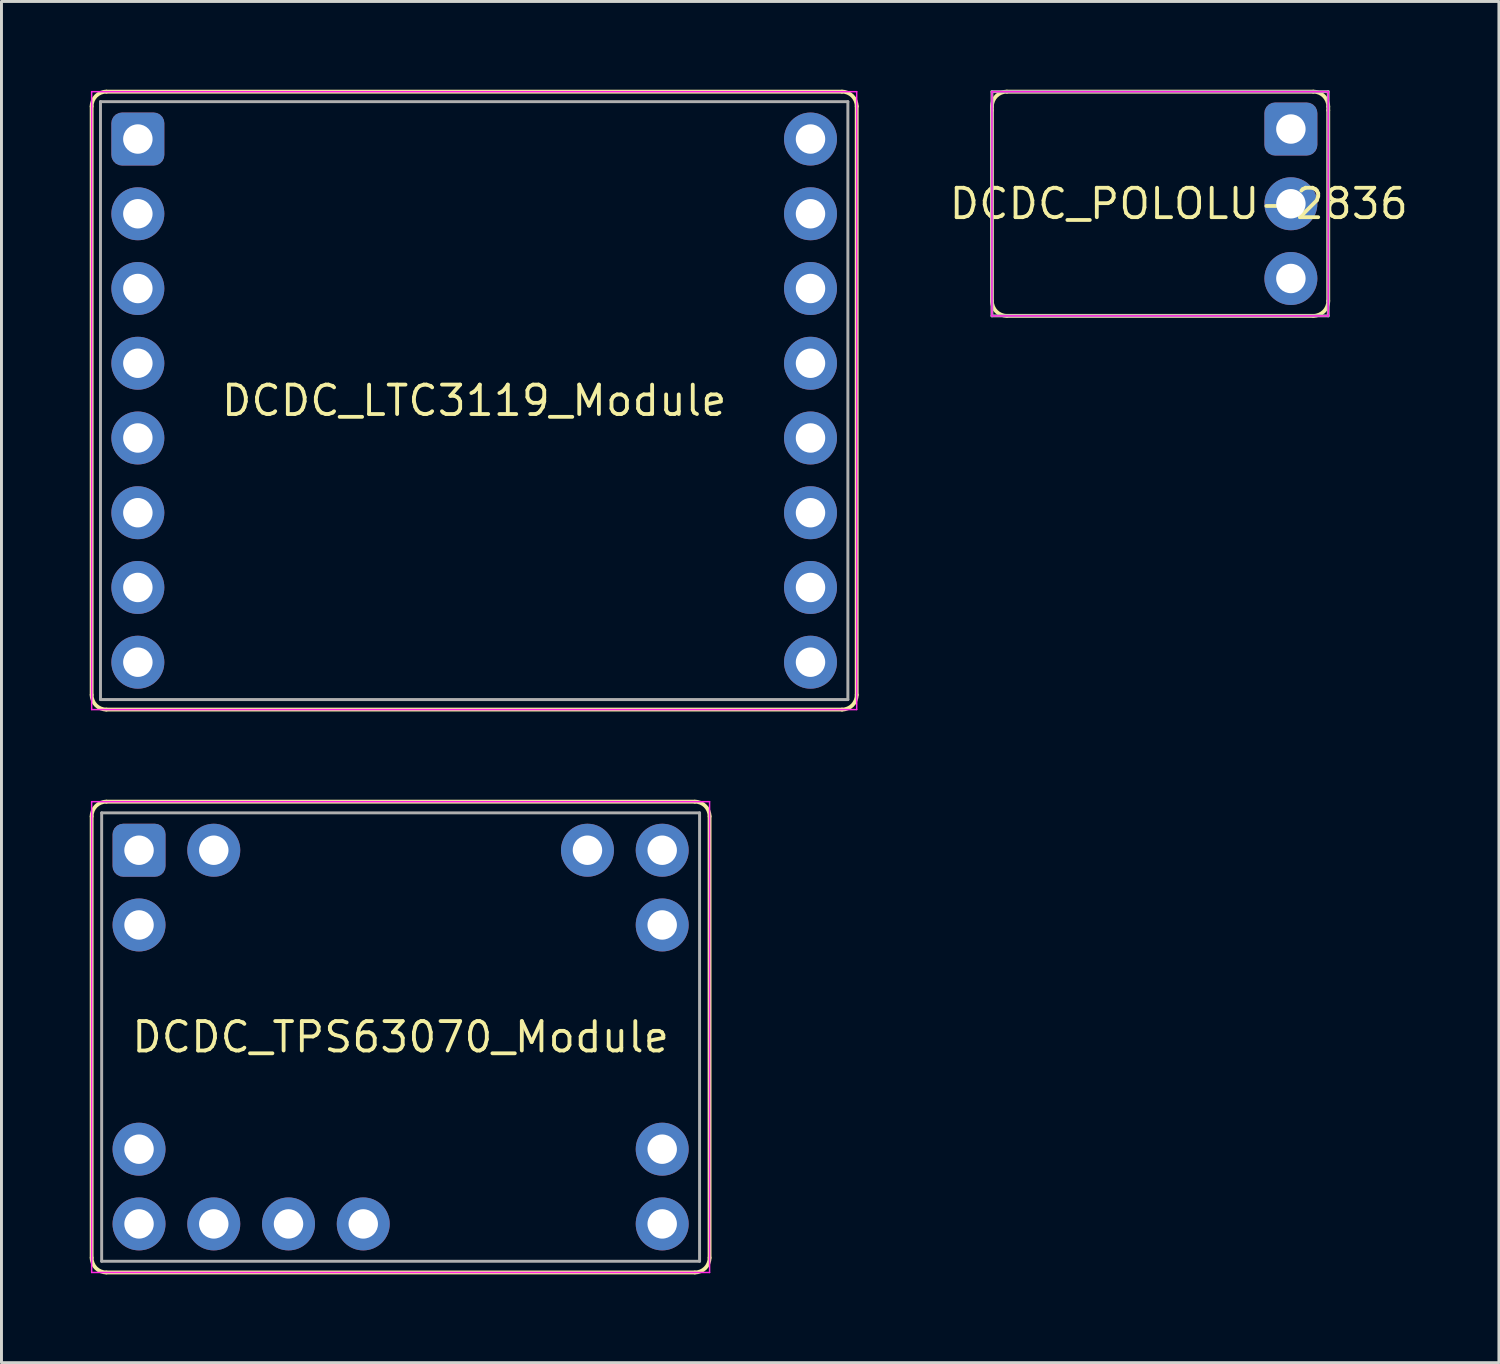
<source format=kicad_pcb>
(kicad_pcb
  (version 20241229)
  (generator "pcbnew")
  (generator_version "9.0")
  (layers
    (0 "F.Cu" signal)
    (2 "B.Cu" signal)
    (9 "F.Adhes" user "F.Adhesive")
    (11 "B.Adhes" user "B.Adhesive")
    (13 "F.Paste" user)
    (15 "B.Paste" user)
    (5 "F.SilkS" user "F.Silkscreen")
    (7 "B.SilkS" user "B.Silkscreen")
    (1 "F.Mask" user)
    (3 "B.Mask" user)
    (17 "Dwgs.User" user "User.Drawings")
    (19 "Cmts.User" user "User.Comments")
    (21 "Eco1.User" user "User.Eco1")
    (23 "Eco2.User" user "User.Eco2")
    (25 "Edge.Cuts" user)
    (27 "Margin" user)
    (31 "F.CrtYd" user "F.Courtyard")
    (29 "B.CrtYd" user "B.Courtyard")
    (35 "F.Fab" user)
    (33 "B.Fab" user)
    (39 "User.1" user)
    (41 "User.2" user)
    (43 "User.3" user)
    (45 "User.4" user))
  (footprint "DCDC_LTC3119_Module"
    (layer "F.Cu")
    (at 13.065 10.565)
    (property "Reference" "DCDC_LTC3119_Module" (at 0 0 0) (layer "F.SilkS") (effects (font (size 1 1) (thickness 0.13))))
    (attr through_hole)
    (fp_line (start -13 10) (end -13 -10) (stroke (width 0.13) (type solid)) (layer "F.SilkS"))
    (fp_line (start -12.5 -10.5) (end 12.5 -10.5) (stroke (width 0.13) (type solid)) (layer "F.SilkS"))
    (fp_line (start 12.5 10.5) (end -12.5 10.5) (stroke (width 0.13) (type solid)) (layer "F.SilkS"))
    (fp_line (start 13 -10) (end 13 10) (stroke (width 0.13) (type solid)) (layer "F.SilkS"))
    (fp_arc (start -13 -10) (mid -12.853553 -10.353553) (end -12.5 -10.5) (stroke (width 0.13) (type solid)) (layer "F.SilkS"))
    (fp_arc (start -12.5 10.5) (mid -12.853553 10.353553) (end -13 10) (stroke (width 0.13) (type solid)) (layer "F.SilkS"))
    (fp_arc (start 12.5 -10.5) (mid 12.853553 -10.353553) (end 13 -10) (stroke (width 0.13) (type solid)) (layer "F.SilkS"))
    (fp_arc (start 13 10) (mid 12.853553 10.353553) (end 12.5 10.5) (stroke (width 0.13) (type solid)) (layer "F.SilkS"))
    (fp_line (start -13 -10.5) (end 13 -10.5) (stroke (width 0.05) (type solid)) (layer "F.CrtYd"))
    (fp_line (start -13 10.5) (end -13 -10.5) (stroke (width 0.05) (type solid)) (layer "F.CrtYd"))
    (fp_line (start 13 -10.5) (end 13 10.5) (stroke (width 0.05) (type solid)) (layer "F.CrtYd"))
    (fp_line (start 13 10.5) (end -13 10.5) (stroke (width 0.05) (type solid)) (layer "F.CrtYd"))
    (fp_line (start -12.7 -10.16) (end 12.7 -10.16) (stroke (width 0.1) (type solid)) (layer "F.Fab"))
    (fp_line (start -12.7 10.16) (end -12.7 -10.16) (stroke (width 0.1) (type solid)) (layer "F.Fab"))
    (fp_line (start 12.7 -10.16) (end 12.7 10.16) (stroke (width 0.1) (type solid)) (layer "F.Fab"))
    (fp_line (start 12.7 10.16) (end -12.7 10.16) (stroke (width 0.1) (type solid)) (layer "F.Fab"))
    (pad "1" thru_hole roundrect (at -11.43 -8.89) (size 1.8 1.8) (drill 1) (layers "*.Cu" "*.Mask") (roundrect_rratio 0.2))
    (pad "2" thru_hole circle (at -11.43 -6.35) (size 1.8 1.8) (drill 1) (layers "*.Cu" "*.Mask"))
    (pad "3" thru_hole circle (at -11.43 -3.81) (size 1.8 1.8) (drill 1) (layers "*.Cu" "*.Mask"))
    (pad "4" thru_hole circle (at -11.43 -1.27) (size 1.8 1.8) (drill 1) (layers "*.Cu" "*.Mask"))
    (pad "5" thru_hole circle (at -11.43 1.27) (size 1.8 1.8) (drill 1) (layers "*.Cu" "*.Mask"))
    (pad "6" thru_hole circle (at -11.43 3.81) (size 1.8 1.8) (drill 1) (layers "*.Cu" "*.Mask"))
    (pad "7" thru_hole circle (at -11.43 6.35) (size 1.8 1.8) (drill 1) (layers "*.Cu" "*.Mask"))
    (pad "8" thru_hole circle (at -11.43 8.89) (size 1.8 1.8) (drill 1) (layers "*.Cu" "*.Mask"))
    (pad "9" thru_hole circle (at 11.43 8.89) (size 1.8 1.8) (drill 1) (layers "*.Cu" "*.Mask"))
    (pad "10" thru_hole circle (at 11.43 6.35) (size 1.8 1.8) (drill 1) (layers "*.Cu" "*.Mask"))
    (pad "11" thru_hole circle (at 11.43 3.81) (size 1.8 1.8) (drill 1) (layers "*.Cu" "*.Mask"))
    (pad "12" thru_hole circle (at 11.43 1.27) (size 1.8 1.8) (drill 1) (layers "*.Cu" "*.Mask"))
    (pad "13" thru_hole circle (at 11.43 -1.27) (size 1.8 1.8) (drill 1) (layers "*.Cu" "*.Mask"))
    (pad "14" thru_hole circle (at 11.43 -3.81) (size 1.8 1.8) (drill 1) (layers "*.Cu" "*.Mask"))
    (pad "15" thru_hole circle (at 11.43 -6.35) (size 1.8 1.8) (drill 1) (layers "*.Cu" "*.Mask"))
    (pad "16" thru_hole circle (at 11.43 -8.89) (size 1.8 1.8) (drill 1) (layers "*.Cu" "*.Mask")))
  (footprint "DCDC_TPS63070_Module"
    (layer "F.Cu")
    (at 10.565 32.195)
    (property "Reference" "DCDC_TPS63070_Module" (at 0 0 0) (layer "F.SilkS") (effects (font (size 1 1) (thickness 0.13))))
    (attr through_hole)
    (fp_line (start -10.5 7.5) (end -10.5 -7.5) (stroke (width 0.13) (type solid)) (layer "F.SilkS"))
    (fp_line (start -10 -8) (end 10 -8) (stroke (width 0.13) (type solid)) (layer "F.SilkS"))
    (fp_line (start 10 8) (end -10 8) (stroke (width 0.13) (type solid)) (layer "F.SilkS"))
    (fp_line (start 10.5 -7.5) (end 10.5 7.5) (stroke (width 0.13) (type solid)) (layer "F.SilkS"))
    (fp_arc (start -10.5 -7.5) (mid -10.353553 -7.853553) (end -10 -8) (stroke (width 0.13) (type solid)) (layer "F.SilkS"))
    (fp_arc (start -10 8) (mid -10.353553 7.853553) (end -10.5 7.5) (stroke (width 0.13) (type solid)) (layer "F.SilkS"))
    (fp_arc (start 10 -8) (mid 10.353553 -7.853553) (end 10.5 -7.5) (stroke (width 0.13) (type solid)) (layer "F.SilkS"))
    (fp_arc (start 10.5 7.5) (mid 10.353553 7.853553) (end 10 8) (stroke (width 0.13) (type solid)) (layer "F.SilkS"))
    (fp_line (start -10.5 -8) (end 10.5 -8) (stroke (width 0.05) (type solid)) (layer "F.CrtYd"))
    (fp_line (start -10.5 8) (end -10.5 -8) (stroke (width 0.05) (type solid)) (layer "F.CrtYd"))
    (fp_line (start 10.5 -8) (end 10.5 8) (stroke (width 0.05) (type solid)) (layer "F.CrtYd"))
    (fp_line (start 10.5 8) (end -10.5 8) (stroke (width 0.05) (type solid)) (layer "F.CrtYd"))
    (fp_line (start -10.16 -7.62) (end 10.16 -7.62) (stroke (width 0.1) (type solid)) (layer "F.Fab"))
    (fp_line (start -10.16 7.62) (end -10.16 -7.62) (stroke (width 0.1) (type solid)) (layer "F.Fab"))
    (fp_line (start 10.16 -7.62) (end 10.16 7.62) (stroke (width 0.1) (type solid)) (layer "F.Fab"))
    (fp_line (start 10.16 7.62) (end -10.16 7.62) (stroke (width 0.1) (type solid)) (layer "F.Fab"))
    (pad "EN" thru_hole circle (at -6.35 6.35) (size 1.8 1.8) (drill 1) (layers "*.Cu" "*.Mask"))
    (pad "GND" thru_hole roundrect (at -8.89 -6.35) (size 1.8 1.8) (drill 1) (layers "*.Cu" "*.Mask") (roundrect_rratio 0.2))
    (pad "GND" thru_hole circle (at -8.89 -3.81) (size 1.8 1.8) (drill 1) (layers "*.Cu" "*.Mask"))
    (pad "GND" thru_hole circle (at -6.35 -6.35) (size 1.8 1.8) (drill 1) (layers "*.Cu" "*.Mask"))
    (pad "GND" thru_hole circle (at 6.35 -6.35) (size 1.8 1.8) (drill 1) (layers "*.Cu" "*.Mask"))
    (pad "GND" thru_hole circle (at 8.89 -6.35) (size 1.8 1.8) (drill 1) (layers "*.Cu" "*.Mask"))
    (pad "GND" thru_hole circle (at 8.89 -3.81) (size 1.8 1.8) (drill 1) (layers "*.Cu" "*.Mask"))
    (pad "PGOOD" thru_hole circle (at -1.27 6.35) (size 1.8 1.8) (drill 1) (layers "*.Cu" "*.Mask"))
    (pad "PS" thru_hole circle (at -3.81 6.35) (size 1.8 1.8) (drill 1) (layers "*.Cu" "*.Mask"))
    (pad "VIN" thru_hole circle (at -8.89 3.81) (size 1.8 1.8) (drill 1) (layers "*.Cu" "*.Mask"))
    (pad "VIN" thru_hole circle (at -8.89 6.35) (size 1.8 1.8) (drill 1) (layers "*.Cu" "*.Mask"))
    (pad "VOUT" thru_hole circle (at 8.89 3.81) (size 1.8 1.8) (drill 1) (layers "*.Cu" "*.Mask"))
    (pad "VOUT" thru_hole circle (at 8.89 6.35) (size 1.8 1.8) (drill 1) (layers "*.Cu" "*.Mask")))
  (footprint "DCDC_POLOLU-2836"
    (layer "F.Cu")
    (at 40.821 3.875)
    (property "Reference" "DCDC_POLOLU-2836" (at -3.81 0 0) (layer "F.SilkS") (effects (font (size 1 1) (thickness 0.13))))
    (attr through_hole)
    (fp_line (start -10.16 -3.175) (end -10.16 -3.302) (stroke (width 0.13) (type solid)) (layer "F.SilkS"))
    (fp_line (start -10.16 -3.175) (end -10.16 3.302) (stroke (width 0.13) (type solid)) (layer "F.SilkS"))
    (fp_line (start -9.652 -3.81) (end 0.762 -3.81) (stroke (width 0.13) (type solid)) (layer "F.SilkS"))
    (fp_line (start -9.652 3.81) (end 0.762 3.81) (stroke (width 0.13) (type solid)) (layer "F.SilkS"))
    (fp_line (start 1.27 -3.175) (end 1.27 -3.302) (stroke (width 0.13) (type solid)) (layer "F.SilkS"))
    (fp_line (start 1.27 -3.175) (end 1.27 3.302) (stroke (width 0.13) (type solid)) (layer "F.SilkS"))
    (fp_arc (start -10.16 -3.302) (mid -10.01121 -3.66121) (end -9.652 -3.81) (stroke (width 0.13) (type solid)) (layer "F.SilkS"))
    (fp_arc (start -9.652 3.81) (mid -10.01121 3.66121) (end -10.16 3.302) (stroke (width 0.13) (type solid)) (layer "F.SilkS"))
    (fp_arc (start 0.762 -3.81) (mid 1.12121 -3.66121) (end 1.27 -3.302) (stroke (width 0.13) (type solid)) (layer "F.SilkS"))
    (fp_arc (start 1.27 3.302) (mid 1.12121 3.66121) (end 0.762 3.81) (stroke (width 0.13) (type solid)) (layer "F.SilkS"))
    (fp_line (start -10.16 -3.81) (end -10.16 3.81) (stroke (width 0.05) (type solid)) (layer "F.CrtYd"))
    (fp_line (start -10.16 -3.81) (end 1.27 -3.81) (stroke (width 0.05) (type solid)) (layer "F.CrtYd"))
    (fp_line (start -10.16 3.81) (end 1.27 3.81) (stroke (width 0.05) (type solid)) (layer "F.CrtYd"))
    (fp_line (start 1.27 3.81) (end 1.27 -3.81) (stroke (width 0.05) (type solid)) (layer "F.CrtYd"))
    (fp_line (start -10.16 -3.81) (end 1.27 -3.81) (stroke (width 0.1) (type solid)) (layer "F.Fab"))
    (fp_line (start -10.16 3.81) (end -10.16 -3.81) (stroke (width 0.1) (type solid)) (layer "F.Fab"))
    (fp_line (start 1.27 -3.81) (end 1.27 3.81) (stroke (width 0.1) (type solid)) (layer "F.Fab"))
    (fp_line (start 1.27 3.81) (end -10.16 3.81) (stroke (width 0.1) (type solid)) (layer "F.Fab"))
    (pad "1" thru_hole roundrect (at 0 -2.54) (size 1.8 1.8) (drill 1) (layers "*.Cu" "*.Mask") (roundrect_rratio 0.2))
    (pad "2" thru_hole oval (at 0 0) (size 1.8 1.8) (drill 1) (layers "*.Cu" "*.Mask"))
    (pad "3" thru_hole oval (at 0 2.54) (size 1.8 1.8) (drill 1) (layers "*.Cu" "*.Mask")))
  (gr_rect
    (start -3 -3)
    (end 47.891 43.26)
    (stroke (width 0.1) (type default))
    (fill no)
    (layer "Edge.Cuts")))
</source>
